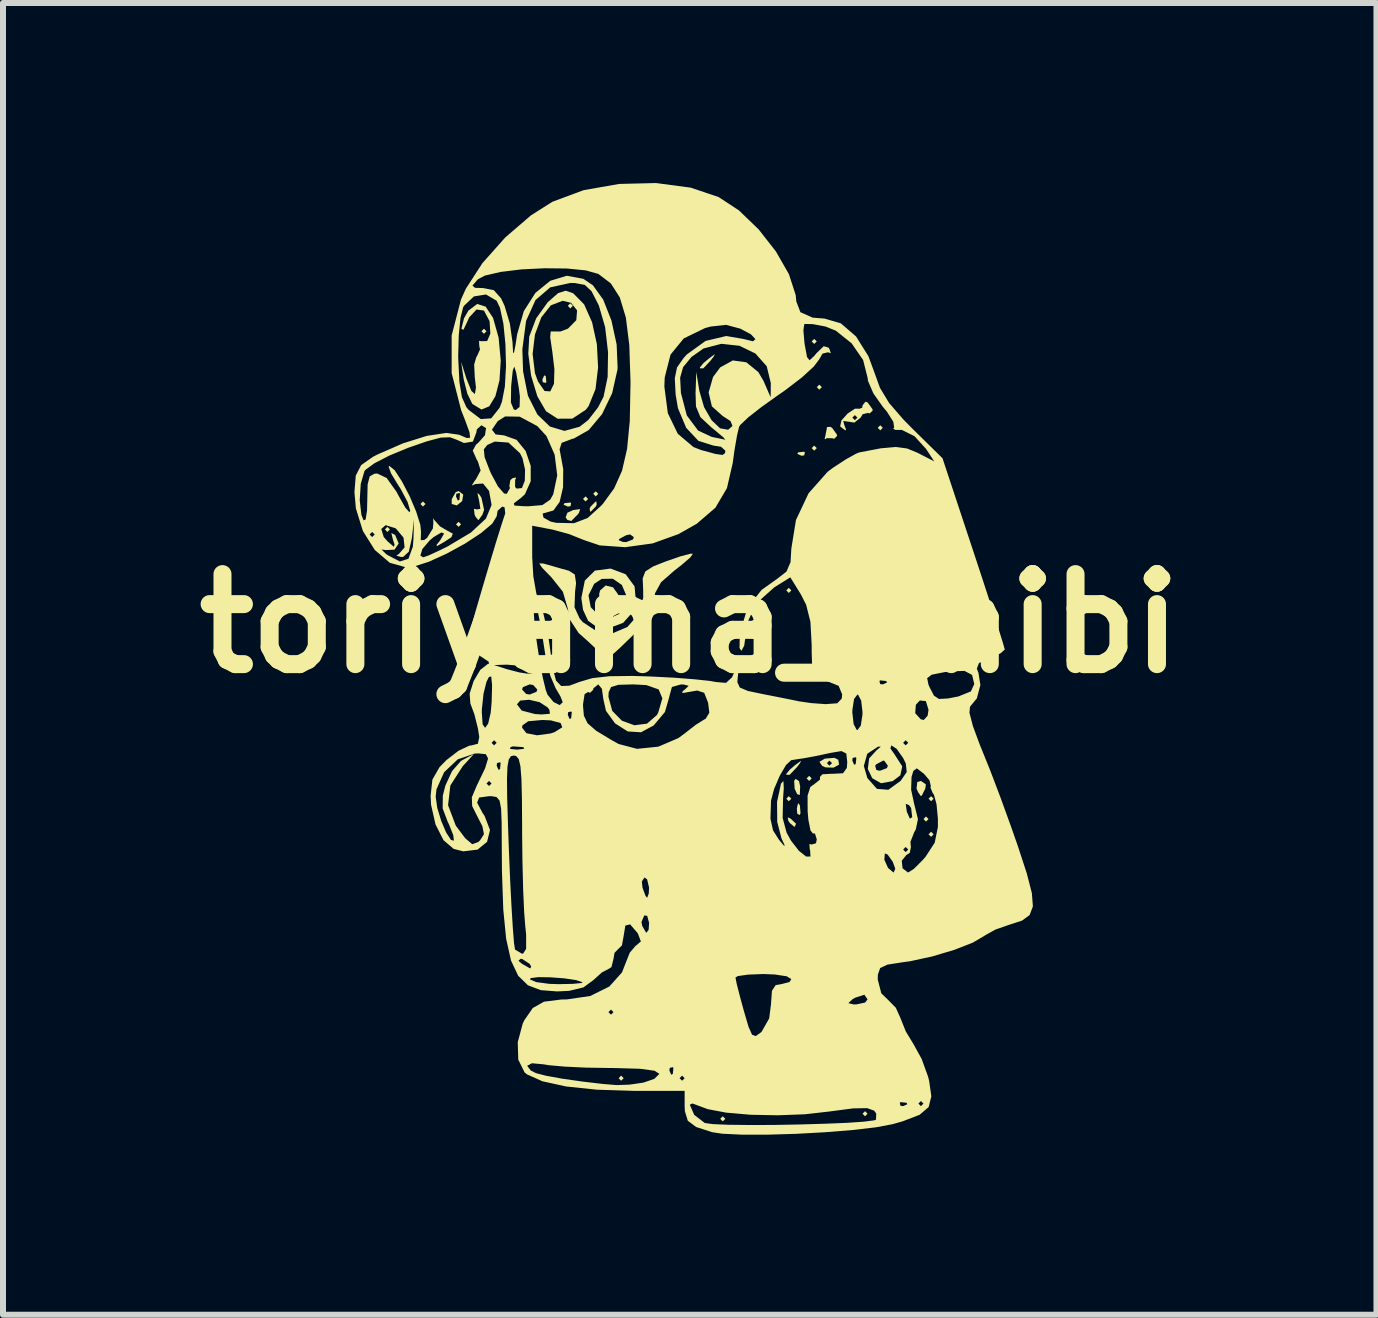
<source format=kicad_pcb>
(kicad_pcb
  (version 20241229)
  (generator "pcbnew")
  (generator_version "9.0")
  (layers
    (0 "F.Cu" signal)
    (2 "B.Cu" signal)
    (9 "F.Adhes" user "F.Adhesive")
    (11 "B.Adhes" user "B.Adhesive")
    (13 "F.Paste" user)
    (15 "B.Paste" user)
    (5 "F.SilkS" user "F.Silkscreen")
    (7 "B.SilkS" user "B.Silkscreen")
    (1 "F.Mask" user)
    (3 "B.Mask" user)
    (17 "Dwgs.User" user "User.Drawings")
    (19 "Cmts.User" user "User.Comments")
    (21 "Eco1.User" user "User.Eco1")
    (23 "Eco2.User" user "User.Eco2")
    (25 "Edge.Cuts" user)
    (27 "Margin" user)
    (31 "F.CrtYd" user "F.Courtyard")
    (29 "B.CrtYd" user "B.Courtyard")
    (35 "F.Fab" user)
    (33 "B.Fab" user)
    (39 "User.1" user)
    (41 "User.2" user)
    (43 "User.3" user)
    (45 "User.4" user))
  (footprint "toriyama_chibi"
    (layer "F.Cu")
    (at 8.443 7.338)
    (property "Reference" "toriyama_chibi" (at 0 0 0) (layer "F.SilkS") (effects (font (size 1.5 1.5) (thickness 0.3))))
    (attr board_only exclude_from_pos_files exclude_from_bom)
    (fp_poly (pts (xy -4.995 -1.566) (xy -5.038 -1.524) (xy -5.08 -1.566) (xy -5.038 -1.609)) (stroke (width 0) (type solid)) (fill yes) (layer "F.SilkS"))
    (fp_poly (pts (xy -4.403 -1.99) (xy -4.445 -1.947) (xy -4.487 -1.99) (xy -4.445 -2.032)) (stroke (width 0) (type solid)) (fill yes) (layer "F.SilkS"))
    (fp_poly (pts (xy -3.81 -1.651) (xy -3.852 -1.609) (xy -3.895 -1.651) (xy -3.852 -1.693)) (stroke (width 0) (type solid)) (fill yes) (layer "F.SilkS"))
    (fp_poly (pts (xy -3.387 -4.868) (xy -3.429 -4.826) (xy -3.471 -4.868) (xy -3.429 -4.911)) (stroke (width 0) (type solid)) (fill yes) (layer "F.SilkS"))
    (fp_poly (pts (xy -1.947 -5.292) (xy -1.99 -5.249) (xy -2.032 -5.292) (xy -1.99 -5.334)) (stroke (width 0) (type solid)) (fill yes) (layer "F.SilkS"))
    (fp_poly (pts (xy -1.693 -2.074) (xy -1.736 -2.032) (xy -1.778 -2.074) (xy -1.736 -2.117)) (stroke (width 0) (type solid)) (fill yes) (layer "F.SilkS"))
    (fp_poly (pts (xy -1.524 -2.159) (xy -1.566 -2.117) (xy -1.609 -2.159) (xy -1.566 -2.201)) (stroke (width 0) (type solid)) (fill yes) (layer "F.SilkS"))
    (fp_poly (pts (xy -1.101 7.578) (xy -1.143 7.62) (xy -1.185 7.578) (xy -1.143 7.535)) (stroke (width 0) (type solid)) (fill yes) (layer "F.SilkS"))
    (fp_poly (pts (xy 0.593 8.255) (xy 0.55 8.297) (xy 0.508 8.255) (xy 0.55 8.213)) (stroke (width 0) (type solid)) (fill yes) (layer "F.SilkS"))
    (fp_poly (pts (xy 1.693 -0.55) (xy 1.651 -0.508) (xy 1.609 -0.55) (xy 1.651 -0.593)) (stroke (width 0) (type solid)) (fill yes) (layer "F.SilkS"))
    (fp_poly (pts (xy 1.693 2.921) (xy 1.651 2.963) (xy 1.609 2.921) (xy 1.651 2.879)) (stroke (width 0) (type solid)) (fill yes) (layer "F.SilkS"))
    (fp_poly (pts (xy 2.032 2.582) (xy 1.99 2.625) (xy 1.947 2.582) (xy 1.99 2.54)) (stroke (width 0) (type solid)) (fill yes) (layer "F.SilkS"))
    (fp_poly (pts (xy 2.117 -4.699) (xy 2.074 -4.657) (xy 2.032 -4.699) (xy 2.074 -4.741)) (stroke (width 0) (type solid)) (fill yes) (layer "F.SilkS"))
    (fp_poly (pts (xy 2.117 -2.921) (xy 2.074 -2.879) (xy 2.032 -2.921) (xy 2.074 -2.963)) (stroke (width 0) (type solid)) (fill yes) (layer "F.SilkS"))
    (fp_poly (pts (xy 2.201 -3.937) (xy 2.159 -3.895) (xy 2.117 -3.937) (xy 2.159 -3.979)) (stroke (width 0) (type solid)) (fill yes) (layer "F.SilkS"))
    (fp_poly (pts (xy 2.963 8.17) (xy 2.921 8.213) (xy 2.879 8.17) (xy 2.921 8.128)) (stroke (width 0) (type solid)) (fill yes) (layer "F.SilkS"))
    (fp_poly (pts (xy 3.217 -3.26) (xy 3.175 -3.217) (xy 3.133 -3.26) (xy 3.175 -3.302)) (stroke (width 0) (type solid)) (fill yes) (layer "F.SilkS"))
    (fp_poly (pts (xy 3.979 3.26) (xy 3.937 3.302) (xy 3.895 3.26) (xy 3.937 3.217)) (stroke (width 0) (type solid)) (fill yes) (layer "F.SilkS"))
    (fp_poly (pts (xy 4.064 2.921) (xy 4.022 2.963) (xy 3.979 2.921) (xy 4.022 2.879)) (stroke (width 0) (type solid)) (fill yes) (layer "F.SilkS"))
    (fp_poly (pts (xy 4.064 3.514) (xy 4.022 3.556) (xy 3.979 3.514) (xy 4.022 3.471)) (stroke (width 0) (type solid)) (fill yes) (layer "F.SilkS"))
    (fp_poly (pts (xy -2.399 -4.12) (xy -2.389 -4.02) (xy -2.399 -4.008) (xy -2.449 -4.019) (xy -2.455 -4.064) (xy -2.424 -4.134)) (stroke (width 0) (type solid)) (fill yes) (layer "F.SilkS"))
    (fp_poly (pts (xy -1.976 -2.004) (xy -1.987 -1.953) (xy -2.032 -1.947) (xy -2.102 -1.978) (xy -2.088 -2.004) (xy -1.988 -2.014)) (stroke (width 0) (type solid)) (fill yes) (layer "F.SilkS"))
    (fp_poly (pts (xy 1.836 3.032) (xy 1.846 3.164) (xy 1.829 3.194) (xy 1.791 3.169) (xy 1.785 3.083) (xy 1.805 2.993)) (stroke (width 0) (type solid)) (fill yes) (layer "F.SilkS"))
    (fp_poly (pts (xy 1.919 -2.85) (xy 1.907 -2.8) (xy 1.863 -2.794) (xy 1.793 -2.825) (xy 1.806 -2.85) (xy 1.907 -2.861)) (stroke (width 0) (type solid)) (fill yes) (layer "F.SilkS"))
    (fp_poly (pts (xy 1.68 3.252) (xy 1.771 3.337) (xy 1.752 3.386) (xy 1.741 3.387) (xy 1.669 3.327) (xy 1.643 3.289) (xy 1.633 3.231)) (stroke (width 0) (type solid)) (fill yes) (layer "F.SilkS"))
    (fp_poly (pts (xy 1.821 2.627) (xy 1.84 2.715) (xy 1.834 2.86) (xy 1.79 2.844) (xy 1.748 2.754) (xy 1.74 2.624) (xy 1.764 2.591)) (stroke (width 0) (type solid)) (fill yes) (layer "F.SilkS"))
    (fp_poly (pts (xy -1.847 -1.84) (xy -1.868 -1.814) (xy -1.974 -1.707) (xy -2.039 -1.725) (xy -2.068 -1.768) (xy -2.038 -1.845) (xy -1.942 -1.889) (xy -1.825 -1.905)) (stroke (width 0) (type solid)) (fill yes) (layer "F.SilkS"))
    (fp_poly (pts (xy -1.551 -1.977) (xy -1.566 -1.947) (xy -1.646 -1.866) (xy -1.661 -1.863) (xy -1.667 -1.917) (xy -1.651 -1.947) (xy -1.571 -2.028) (xy -1.556 -2.032)) (stroke (width 0) (type solid)) (fill yes) (layer "F.SilkS"))
    (fp_poly (pts (xy 0.397 -4.443) (xy 0.349 -4.381) (xy 0.226 -4.25) (xy 0.171 -4.25) (xy 0.169 -4.265) (xy 0.227 -4.336) (xy 0.318 -4.413) (xy 0.418 -4.487)) (stroke (width 0) (type solid)) (fill yes) (layer "F.SilkS"))
    (fp_poly (pts (xy 1.836 2.33) (xy 1.789 2.392) (xy 1.665 2.523) (xy 1.61 2.523) (xy 1.609 2.508) (xy 1.667 2.437) (xy 1.757 2.36) (xy 1.857 2.287)) (stroke (width 0) (type solid)) (fill yes) (layer "F.SilkS"))
    (fp_poly (pts (xy 3.935 2.682) (xy 3.925 2.752) (xy 3.87 2.863) (xy 3.852 2.879) (xy 3.806 2.813) (xy 3.779 2.752) (xy 3.792 2.642) (xy 3.852 2.625)) (stroke (width 0) (type solid)) (fill yes) (layer "F.SilkS"))
    (fp_poly (pts (xy -1.278 -0.601) (xy -1.194 -0.484) (xy -1.185 -0.423) (xy -1.239 -0.281) (xy -1.354 -0.214) (xy -1.466 -0.251) (xy -1.494 -0.298) (xy -1.509 -0.488) (xy -1.494 -0.549) (xy -1.401 -0.632)) (stroke (width 0) (type solid)) (fill yes) (layer "F.SilkS"))
    (fp_poly (pts (xy -3.508 -2.151) (xy -3.471 -2.095) (xy -3.426 -1.893) (xy -3.455 -1.811) (xy -3.522 -1.719) (xy -3.572 -1.782) (xy -3.585 -1.815) (xy -3.596 -1.911) (xy -3.546 -1.899) (xy -3.489 -1.91) (xy -3.509 -2.043) (xy -3.538 -2.172)) (stroke (width 0) (type solid)) (fill yes) (layer "F.SilkS"))
    (fp_poly (pts (xy 2.371 -3.26) (xy 2.452 -3.148) (xy 2.455 -3.123) (xy 2.404 -3.075) (xy 2.378 -3.086) (xy 2.278 -3.086) (xy 2.265 -3.07) (xy 2.248 -3.073) (xy 2.258 -3.118) (xy 2.284 -3.249) (xy 2.286 -3.272) (xy 2.341 -3.276)) (stroke (width 0) (type solid)) (fill yes) (layer "F.SilkS"))
    (fp_poly (pts (xy 2.475 2.272) (xy 2.489 2.353) (xy 2.397 2.403) (xy 2.262 2.399) (xy 2.208 2.375) (xy 2.175 2.328) (xy 2.286 2.328) (xy 2.328 2.371) (xy 2.371 2.328) (xy 2.328 2.286) (xy 2.286 2.328) (xy 2.175 2.328) (xy 2.161 2.307) (xy 2.251 2.253) (xy 2.412 2.24)) (stroke (width 0) (type solid)) (fill yes) (layer "F.SilkS"))
    (fp_poly (pts (xy -3.774 -2.147) (xy -3.792 -2.038) (xy -3.882 -1.966) (xy -3.966 -1.99) (xy -3.966 -2.069) (xy -3.94 -2.117) (xy -3.895 -2.117) (xy -3.864 -2.047) (xy -3.838 -2.06) (xy -3.828 -2.161) (xy -3.838 -2.173) (xy -3.889 -2.161) (xy -3.895 -2.117) (xy -3.94 -2.117) (xy -3.899 -2.188) (xy -3.852 -2.206)) (stroke (width 0) (type solid)) (fill yes) (layer "F.SilkS"))
    (fp_poly (pts (xy -1.067 -0.819) (xy -0.919 -0.617) (xy -0.896 -0.353) (xy -0.948 -0.191) (xy -1.109 -0.01) (xy -1.335 0.075) (xy -1.562 0.051) (xy -1.693 -0.043) (xy -1.778 -0.227) (xy -1.806 -0.423) (xy -1.797 -0.469) (xy -1.687 -0.469) (xy -1.65 -0.271) (xy -1.507 -0.125) (xy -1.341 -0.085) (xy -1.185 -0.153) (xy -1.101 -0.254) (xy -1.057 -0.466) (xy -1.131 -0.641) (xy -1.282 -0.745) (xy -1.467 -0.742) (xy -1.592 -0.66) (xy -1.687 -0.469) (xy -1.797 -0.469) (xy -1.748 -0.714) (xy -1.58 -0.88) (xy -1.32 -0.914)) (stroke (width 0) (type solid)) (fill yes) (layer "F.SilkS"))
    (fp_poly (pts (xy 2.963 -3.683) (xy 3.045 -3.571) (xy 3.048 -3.546) (xy 2.997 -3.498) (xy 2.972 -3.508) (xy 2.882 -3.486) (xy 2.848 -3.43) (xy 2.743 -3.346) (xy 2.656 -3.36) (xy 2.558 -3.374) (xy 2.573 -3.316) (xy 2.605 -3.227) (xy 2.592 -3.217) (xy 2.514 -3.276) (xy 2.507 -3.287) (xy 2.528 -3.382) (xy 2.57 -3.429) (xy 2.709 -3.429) (xy 2.752 -3.387) (xy 2.794 -3.429) (xy 2.752 -3.471) (xy 2.709 -3.429) (xy 2.57 -3.429) (xy 2.632 -3.498) (xy 2.755 -3.579) (xy 2.829 -3.577) (xy 2.874 -3.594) (xy 2.879 -3.632) (xy 2.928 -3.695)) (stroke (width 0) (type solid)) (fill yes) (layer "F.SilkS"))
    (fp_poly (pts (xy -3.4 -5.278) (xy -3.277 -5.09) (xy -3.187 -4.771) (xy -3.184 -4.754) (xy -3.149 -4.38) (xy -3.17 -4.05) (xy -3.238 -3.787) (xy -3.341 -3.617) (xy -3.471 -3.564) (xy -3.617 -3.654) (xy -3.627 -3.666) (xy -3.706 -3.829) (xy -3.765 -4.061) (xy -3.767 -4.072) (xy -3.809 -4.36) (xy -3.723 -4.085) (xy -3.638 -3.873) (xy -3.58 -3.822) (xy -3.562 -3.931) (xy -3.582 -4.105) (xy -3.592 -4.315) (xy -3.554 -4.444) (xy -3.545 -4.452) (xy -3.495 -4.564) (xy -3.507 -4.627) (xy -3.51 -4.709) (xy -3.476 -4.702) (xy -3.376 -4.705) (xy -3.322 -4.829) (xy -3.335 -5.03) (xy -3.338 -5.042) (xy -3.429 -5.213) (xy -3.553 -5.231) (xy -3.675 -5.099) (xy -3.712 -5.016) (xy -3.771 -4.893) (xy -3.803 -4.907) (xy -3.803 -4.916) (xy -3.761 -5.085) (xy -3.688 -5.212) (xy -3.542 -5.323)) (stroke (width 0) (type solid)) (fill yes) (layer "F.SilkS"))
    (fp_poly (pts (xy -1.942 -5.501) (xy -1.76 -5.317) (xy -1.627 -5.018) (xy -1.547 -4.651) (xy -1.527 -4.264) (xy -1.57 -3.905) (xy -1.684 -3.623) (xy -1.731 -3.561) (xy -1.957 -3.412) (xy -2.202 -3.411) (xy -2.395 -3.536) (xy -2.539 -3.784) (xy -2.643 -4.128) (xy -2.69 -4.491) (xy -2.618 -4.491) (xy -2.579 -4.17) (xy -2.529 -4.032) (xy -2.42 -3.873) (xy -2.324 -3.866) (xy -2.262 -3.993) (xy -2.255 -4.238) (xy -2.258 -4.26) (xy -2.289 -4.521) (xy -2.319 -4.728) (xy -2.325 -4.763) (xy -2.317 -4.864) (xy -2.28 -4.865) (xy -2.155 -4.864) (xy -2.029 -4.912) (xy -1.89 -5.053) (xy -1.877 -5.216) (xy -1.977 -5.342) (xy -2.117 -5.376) (xy -2.315 -5.3) (xy -2.474 -5.098) (xy -2.579 -4.815) (xy -2.618 -4.491) (xy -2.69 -4.491) (xy -2.69 -4.496) (xy -2.674 -4.779) (xy -2.559 -5.083) (xy -2.367 -5.351) (xy -2.193 -5.504) (xy -2.066 -5.544)) (stroke (width 0) (type solid)) (fill yes) (layer "F.SilkS"))
    (fp_poly (pts (xy 0.009 -1.099) (xy -0.137 -0.973) (xy -0.253 -0.883) (xy -0.478 -0.686) (xy -0.578 -0.503) (xy -0.591 -0.393) (xy -0.645 -0.184) (xy -0.816 0.059) (xy -0.97 0.221) (xy -1.169 0.413) (xy -1.315 0.545) (xy -1.372 0.586) (xy -1.445 0.529) (xy -1.535 0.448) (xy -1.706 0.289) (xy -1.852 0.159) (xy -1.999 -0.066) (xy -2.032 -0.247) (xy -2.114 -0.528) (xy -2.304 -0.767) (xy -2.462 -0.93) (xy -2.507 -1) (xy -2.444 -0.999) (xy -2.367 -0.978) (xy -2.144 -0.914) (xy -2.011 -0.877) (xy -1.915 -0.814) (xy -1.894 -0.67) (xy -1.911 -0.523) (xy -1.92 -0.269) (xy -1.834 -0.082) (xy -1.781 -0.021) (xy -1.537 0.14) (xy -1.277 0.161) (xy -1.039 0.059) (xy -0.859 -0.144) (xy -0.775 -0.429) (xy -0.776 -0.56) (xy -0.784 -0.751) (xy -0.74 -0.866) (xy -0.607 -0.951) (xy -0.391 -1.036) (xy -0.153 -1.118) (xy 0.01 -1.161) (xy 0.052 -1.161)) (stroke (width 0) (type solid)) (fill yes) (layer "F.SilkS"))
    (fp_poly (pts (xy 0.017 -7.261) (xy 0.482 -7.104) (xy 0.82 -6.882) (xy 1.148 -6.566) (xy 1.436 -6.198) (xy 1.653 -5.819) (xy 1.766 -5.471) (xy 1.776 -5.364) (xy 1.844 -5.186) (xy 2.048 -5.095) (xy 2.244 -5.08) (xy 2.518 -5) (xy 2.772 -4.781) (xy 2.977 -4.453) (xy 3.068 -4.207) (xy 3.17 -3.925) (xy 3.322 -3.673) (xy 3.56 -3.398) (xy 3.705 -3.251) (xy 4.212 -2.752) (xy 4.731 -1.185) (xy 4.891 -0.699) (xy 5.031 -0.268) (xy 5.143 0.081) (xy 5.218 0.323) (xy 5.249 0.433) (xy 5.249 0.436) (xy 5.178 0.499) (xy 5.006 0.576) (xy 4.991 0.582) (xy 4.819 0.661) (xy 4.784 0.754) (xy 4.811 0.823) (xy 4.843 1.026) (xy 4.784 1.249) (xy 4.67 1.388) (xy 4.661 1.488) (xy 4.718 1.709) (xy 4.834 2.023) (xy 4.864 2.096) (xy 5.01 2.458) (xy 5.183 2.914) (xy 5.358 3.397) (xy 5.467 3.709) (xy 5.617 4.167) (xy 5.701 4.494) (xy 5.718 4.716) (xy 5.663 4.86) (xy 5.535 4.953) (xy 5.33 5.019) (xy 5.327 5.02) (xy 5.092 5.102) (xy 4.917 5.2) (xy 4.911 5.205) (xy 4.715 5.32) (xy 4.407 5.44) (xy 4.041 5.549) (xy 3.672 5.629) (xy 3.535 5.648) (xy 3.292 5.686) (xy 3.173 5.743) (xy 3.135 5.852) (xy 3.133 5.935) (xy 3.192 6.163) (xy 3.292 6.26) (xy 3.434 6.404) (xy 3.508 6.568) (xy 3.6 6.798) (xy 3.735 7.022) (xy 3.865 7.258) (xy 3.971 7.551) (xy 3.989 7.621) (xy 4.026 7.88) (xy 3.981 8.059) (xy 3.83 8.188) (xy 3.547 8.297) (xy 3.38 8.344) (xy 3.106 8.396) (xy 2.719 8.441) (xy 2.261 8.478) (xy 1.773 8.505) (xy 1.296 8.519) (xy 0.872 8.519) (xy 0.541 8.503) (xy 0.374 8.478) (xy 0.106 8.391) (xy -0.032 8.287) (xy -0.081 8.128) (xy -0.085 8.038) (xy -0.085 8.019) (xy 0.001 8.019) (xy 0.075 8.189) (xy 0.246 8.321) (xy 0.254 8.325) (xy 0.384 8.343) (xy 0.641 8.354) (xy 0.992 8.358) (xy 1.399 8.357) (xy 1.83 8.349) (xy 2.248 8.337) (xy 2.618 8.322) (xy 2.906 8.302) (xy 3.075 8.28) (xy 3.104 8.269) (xy 3.108 8.168) (xy 3.073 8.119) (xy 2.957 8.077) (xy 2.722 8.081) (xy 2.347 8.13) (xy 2.336 8.132) (xy 1.921 8.179) (xy 1.464 8.196) (xy 1.011 8.187) (xy 0.608 8.152) (xy 0.3 8.094) (xy 0.18 8.049) (xy 0.045 7.999) (xy 0.001 8.019) (xy -0.085 8.019) (xy -0.085 7.987) (xy 3.5 7.987) (xy 3.511 8.037) (xy 3.556 8.043) (xy 3.626 8.012) (xy 3.62 8.001) (xy 3.81 8.001) (xy 3.852 8.043) (xy 3.895 8.001) (xy 3.852 7.959) (xy 3.81 8.001) (xy 3.62 8.001) (xy 3.612 7.987) (xy 3.512 7.977) (xy 3.5 7.987) (xy -0.085 7.987) (xy -0.085 7.789) (xy -0.927 7.789) (xy -1.543 7.77) (xy -2.059 7.716) (xy -2.456 7.629) (xy -2.712 7.514) (xy -2.753 7.48) (xy -2.806 7.372) (xy -2.709 7.372) (xy -2.649 7.45) (xy -2.561 7.494) (xy -2.4 7.536) (xy -2.125 7.586) (xy -1.789 7.634) (xy -1.447 7.674) (xy -1.217 7.693) (xy -1.002 7.685) (xy -0.773 7.652) (xy -0.59 7.589) (xy -0.579 7.578) (xy -0.169 7.578) (xy -0.127 7.62) (xy -0.085 7.578) (xy -0.127 7.535) (xy -0.169 7.578) (xy -0.579 7.578) (xy -0.508 7.508) (xy -0.508 7.504) (xy -0.588 7.453) (xy -0.606 7.451) (xy -0.339 7.451) (xy -0.308 7.52) (xy -0.282 7.507) (xy -0.272 7.407) (xy -0.282 7.394) (xy -0.333 7.406) (xy -0.339 7.451) (xy -0.606 7.451) (xy -0.831 7.421) (xy -1.24 7.409) (xy -1.333 7.408) (xy -1.725 7.402) (xy -2.082 7.385) (xy -2.351 7.361) (xy -2.434 7.347) (xy -2.63 7.329) (xy -2.709 7.372) (xy -2.806 7.372) (xy -2.857 7.269) (xy -2.866 6.978) (xy -2.783 6.669) (xy -2.755 6.61) (xy -2.662 6.477) (xy -1.355 6.477) (xy -1.312 6.519) (xy -1.27 6.477) (xy -1.312 6.435) (xy -1.355 6.477) (xy -2.662 6.477) (xy -2.616 6.409) (xy -2.428 6.303) (xy -2.141 6.267) (xy -2.046 6.265) (xy -1.657 6.208) (xy -1.339 6.05) (xy -1.205 5.9) (xy 0.762 5.9) (xy 0.783 6.007) (xy 0.839 6.225) (xy 0.901 6.453) (xy 0.98 6.722) (xy 1.039 6.854) (xy 1.1 6.876) (xy 1.186 6.815) (xy 1.197 6.805) (xy 1.324 6.582) (xy 1.355 6.337) (xy 1.355 6.327) (xy 2.643 6.327) (xy 2.727 6.348) (xy 2.773 6.349) (xy 2.921 6.318) (xy 2.963 6.265) (xy 2.91 6.187) (xy 2.756 6.237) (xy 2.709 6.265) (xy 2.643 6.327) (xy 1.355 6.327) (xy 1.37 6.121) (xy 1.432 6.027) (xy 1.524 6.011) (xy 1.662 5.976) (xy 1.693 5.927) (xy 1.617 5.88) (xy 1.419 5.85) (xy 1.228 5.842) (xy 0.973 5.852) (xy 0.803 5.876) (xy 0.762 5.9) (xy -1.205 5.9) (xy -1.129 5.816) (xy -1.08 5.69) (xy -0.999 5.486) (xy -0.898 5.368) (xy -0.89 5.365) (xy -0.814 5.299) (xy -0.862 5.172) (xy -0.871 5.157) (xy -0.993 5.015) (xy -1.073 5.034) (xy -1.101 5.207) (xy -1.13 5.366) (xy -1.185 5.419) (xy -1.254 5.49) (xy -1.27 5.588) (xy -1.304 5.726) (xy -1.351 5.757) (xy -1.462 5.814) (xy -1.604 5.942) (xy -1.771 6.065) (xy -2.008 6.122) (xy -2.208 6.132) (xy -2.481 6.111) (xy -2.696 6.03) (xy -2.798 5.93) (xy -2.665 5.93) (xy -2.558 5.977) (xy -2.34 6.006) (xy -2.182 6.011) (xy -1.946 6.006) (xy -1.804 5.992) (xy -1.785 5.981) (xy -1.894 5.943) (xy -2.091 5.914) (xy -2.319 5.897) (xy -2.524 5.894) (xy -2.65 5.91) (xy -2.665 5.93) (xy -2.798 5.93) (xy -2.859 5.871) (xy -2.976 5.622) (xy -2.854 5.622) (xy -2.794 5.673) (xy -2.659 5.749) (xy -2.641 5.72) (xy -2.667 5.673) (xy -2.791 5.592) (xy -2.82 5.589) (xy -2.854 5.622) (xy -2.976 5.622) (xy -2.978 5.618) (xy -3.059 5.255) (xy -3.107 4.766) (xy -3.129 4.133) (xy -3.132 3.704) (xy -3.134 3.326) (xy -3.143 3.085) (xy -3.169 2.952) (xy -3.219 2.893) (xy -3.301 2.879) (xy -3.344 2.879) (xy -3.509 2.901) (xy -3.543 2.986) (xy -3.451 3.16) (xy -3.419 3.206) (xy -3.328 3.442) (xy -3.377 3.64) (xy -3.535 3.769) (xy -3.774 3.798) (xy -3.933 3.757) (xy -4.103 3.612) (xy -4.236 3.35) (xy -4.31 3.022) (xy -4.317 2.888) (xy -4.233 2.888) (xy -4.207 3.074) (xy -4.141 3.291) (xy -4.058 3.486) (xy -3.978 3.608) (xy -3.93 3.62) (xy -3.94 3.529) (xy -4.011 3.349) (xy -4.032 3.307) (xy -4.117 3.082) (xy -4.114 2.869) (xy -4.072 2.702) (xy -3.96 2.46) (xy -3.812 2.292) (xy -3.786 2.276) (xy -3.598 2.178) (xy -3.783 2.38) (xy -3.989 2.701) (xy -4.027 3.029) (xy -3.898 3.37) (xy -3.741 3.58) (xy -3.624 3.679) (xy -3.524 3.643) (xy -3.494 3.615) (xy -3.429 3.512) (xy -3.455 3.379) (xy -3.53 3.234) (xy -3.625 3.044) (xy -3.631 2.898) (xy -3.549 2.704) (xy -3.543 2.691) (xy -3.531 2.667) (xy -3.387 2.667) (xy -3.344 2.709) (xy -3.302 2.667) (xy -3.344 2.625) (xy -3.387 2.667) (xy -3.531 2.667) (xy -3.494 2.589) (xy -3.045 2.589) (xy -3.042 2.899) (xy -3.029 3.339) (xy -3.013 3.784) (xy -2.992 4.287) (xy -2.969 4.731) (xy -2.947 5.089) (xy -2.927 5.333) (xy -2.911 5.435) (xy -2.911 5.435) (xy -2.798 5.502) (xy -2.777 5.503) (xy -2.726 5.423) (xy -2.726 5.183) (xy -2.739 5.059) (xy -2.746 4.976) (xy -0.804 4.976) (xy -0.792 5.04) (xy -0.725 5.156) (xy -0.685 5.106) (xy -0.677 4.99) (xy -0.709 4.872) (xy -0.758 4.866) (xy -0.804 4.976) (xy -2.746 4.976) (xy -2.759 4.807) (xy -2.776 4.433) (xy -2.779 4.301) (xy -0.798 4.301) (xy -0.787 4.403) (xy -0.737 4.539) (xy -0.71 4.572) (xy -0.683 4.501) (xy -0.677 4.403) (xy -0.71 4.265) (xy -0.754 4.233) (xy -0.798 4.301) (xy -2.779 4.301) (xy -2.787 3.984) (xy -2.788 3.938) (xy 3.243 3.938) (xy 3.304 4.074) (xy 3.392 4.148) (xy 3.399 4.149) (xy 3.425 4.087) (xy 3.383 3.972) (xy 3.37 3.954) (xy 3.533 3.954) (xy 3.546 4.081) (xy 3.636 4.149) (xy 3.642 4.149) (xy 3.735 4.09) (xy 3.883 3.942) (xy 3.93 3.888) (xy 4.082 3.654) (xy 4.135 3.394) (xy 4.135 3.249) (xy 4.112 3.011) (xy 4.069 2.854) (xy 4.049 2.827) (xy 4.01 2.732) (xy 4.018 2.715) (xy 3.995 2.614) (xy 3.903 2.506) (xy 3.784 2.415) (xy 3.726 2.458) (xy 3.696 2.558) (xy 3.689 2.772) (xy 3.743 3.021) (xy 3.746 3.03) (xy 3.803 3.262) (xy 3.767 3.432) (xy 3.741 3.478) (xy 3.677 3.641) (xy 3.685 3.729) (xy 3.666 3.824) (xy 3.609 3.86) (xy 3.533 3.954) (xy 3.37 3.954) (xy 3.297 3.851) (xy 3.251 3.833) (xy 3.243 3.938) (xy -2.788 3.938) (xy -2.793 3.504) (xy -2.793 3.408) (xy -2.794 3.254) (xy 1.345 3.254) (xy 1.388 3.449) (xy 1.486 3.603) (xy 1.578 3.713) (xy 1.577 3.685) (xy 1.529 3.583) (xy 1.458 3.307) (xy 1.455 2.973) (xy 1.519 2.678) (xy 1.523 2.667) (xy 1.561 2.626) (xy 1.567 2.748) (xy 1.555 2.921) (xy 1.548 3.241) (xy 1.614 3.486) (xy 1.687 3.619) (xy 1.82 3.79) (xy 1.939 3.884) (xy 2.012 3.885) (xy 2.006 3.779) (xy 2.001 3.768) (xy 3.556 3.768) (xy 3.598 3.81) (xy 3.641 3.768) (xy 3.598 3.725) (xy 3.556 3.768) (xy 2.001 3.768) (xy 2 3.763) (xy 1.994 3.676) (xy 2.033 3.684) (xy 2.104 3.663) (xy 2.117 3.598) (xy 2.086 3.5) (xy 2.053 3.501) (xy 2.012 3.449) (xy 1.977 3.273) (xy 1.965 3.135) (xy 1.964 3.006) (xy 3.599 3.006) (xy 3.616 3.13) (xy 3.618 3.139) (xy 3.668 3.253) (xy 3.707 3.229) (xy 3.689 3.076) (xy 3.655 3.028) (xy 3.599 3.006) (xy 1.964 3.006) (xy 1.964 2.868) (xy 2.01 2.725) (xy 2.076 2.678) (xy 2.171 2.602) (xy 2.17 2.557) (xy 2.211 2.514) (xy 2.369 2.505) (xy 2.376 2.506) (xy 2.554 2.497) (xy 2.618 2.408) (xy 2.62 2.375) (xy 2.901 2.375) (xy 2.96 2.577) (xy 3.12 2.757) (xy 3.31 2.772) (xy 3.514 2.624) (xy 3.616 2.476) (xy 3.6 2.333) (xy 3.556 2.243) (xy 3.447 2.089) (xy 3.359 2.032) (xy 3.344 2.083) (xy 3.416 2.187) (xy 3.541 2.382) (xy 3.509 2.532) (xy 3.381 2.628) (xy 3.188 2.663) (xy 3.041 2.579) (xy 2.967 2.425) (xy 2.974 2.371) (xy 3.09 2.371) (xy 3.11 2.443) (xy 3.17 2.455) (xy 3.286 2.411) (xy 3.302 2.371) (xy 3.241 2.288) (xy 3.222 2.286) (xy 3.108 2.348) (xy 3.09 2.371) (xy 2.974 2.371) (xy 2.99 2.249) (xy 3.111 2.116) (xy 3.184 2.054) (xy 3.139 2.053) (xy 2.958 2.172) (xy 2.901 2.375) (xy 2.62 2.375) (xy 2.625 2.309) (xy 2.622 2.286) (xy 2.709 2.286) (xy 2.74 2.356) (xy 2.766 2.342) (xy 2.776 2.242) (xy 2.766 2.23) (xy 2.715 2.241) (xy 2.709 2.286) (xy 2.622 2.286) (xy 2.609 2.168) (xy 2.528 2.127) (xy 2.349 2.157) (xy 2.102 2.21) (xy 1.905 2.246) (xy 1.745 2.27) (xy 1.69 2.279) (xy 1.604 2.36) (xy 1.499 2.54) (xy 1.406 2.758) (xy 1.355 2.95) (xy 1.354 2.963) (xy 1.345 3.254) (xy -2.794 3.254) (xy -2.796 2.93) (xy -2.804 2.596) (xy -2.821 2.381) (xy -2.849 2.261) (xy -2.892 2.21) (xy -2.934 2.201) (xy -2.982 2.214) (xy -3.016 2.269) (xy -3.037 2.386) (xy -3.045 2.589) (xy -3.494 2.589) (xy -3.409 2.412) (xy -3.397 2.371) (xy -3.217 2.371) (xy -3.186 2.44) (xy -3.161 2.427) (xy -3.151 2.327) (xy -3.161 2.314) (xy -3.211 2.326) (xy -3.217 2.371) (xy -3.397 2.371) (xy -3.36 2.251) (xy -3.397 2.179) (xy -3.524 2.166) (xy -3.585 2.169) (xy -3.866 2.265) (xy -4.093 2.48) (xy -4.22 2.764) (xy -4.233 2.888) (xy -4.317 2.888) (xy -4.318 2.875) (xy -4.288 2.603) (xy -4.17 2.396) (xy -4.055 2.278) (xy -3.854 2.123) (xy -3.787 2.091) (xy -2.995 2.091) (xy -2.879 2.103) (xy -2.758 2.09) (xy -2.773 2.061) (xy -2.946 2.049) (xy -2.985 2.061) (xy -2.995 2.091) (xy -3.787 2.091) (xy -3.674 2.038) (xy -3.634 2.032) (xy -3.53 2.005) (xy -3.527 1.99) (xy -3.302 1.99) (xy -3.26 2.032) (xy -3.217 1.99) (xy -3.26 1.947) (xy -3.302 1.99) (xy -3.527 1.99) (xy -3.507 1.894) (xy -3.528 1.757) (xy -3.588 1.515) (xy -3.602 1.477) (xy -3.465 1.477) (xy -3.451 1.682) (xy -3.41 1.74) (xy -3.407 1.736) (xy -2.794 1.736) (xy -2.722 1.829) (xy -2.545 1.864) (xy -2.318 1.834) (xy -2.251 1.811) (xy -2.124 1.731) (xy -2.151 1.66) (xy -2.313 1.616) (xy -2.455 1.609) (xy -2.691 1.63) (xy -2.788 1.699) (xy -2.794 1.736) (xy -3.407 1.736) (xy -3.359 1.67) (xy -3.325 1.524) (xy -2.032 1.524) (xy -2.001 1.594) (xy -1.976 1.58) (xy -1.965 1.48) (xy -1.976 1.468) (xy -2.026 1.479) (xy -2.032 1.524) (xy -3.325 1.524) (xy -3.316 1.487) (xy -3.304 1.348) (xy -2.879 1.348) (xy -2.8 1.452) (xy -2.578 1.51) (xy -2.466 1.517) (xy -2.33 1.506) (xy -2.338 1.439) (xy -2.371 1.397) (xy -2.41 1.372) (xy -1.778 1.372) (xy -1.764 1.537) (xy -1.702 1.664) (xy -1.56 1.788) (xy -1.309 1.94) (xy -1.185 2.009) (xy -0.878 2.09) (xy -0.525 2.054) (xy -0.374 1.99) (xy 3.556 1.99) (xy 3.598 2.032) (xy 3.641 1.99) (xy 3.598 1.947) (xy 3.556 1.99) (xy -0.374 1.99) (xy -0.19 1.911) (xy -0.089 1.837) (xy 0.1 1.69) (xy 0.245 1.599) (xy 0.264 1.591) (xy 0.327 1.487) (xy 0.326 1.482) (xy 2.709 1.482) (xy 2.731 1.678) (xy 2.783 1.775) (xy 2.794 1.778) (xy 2.85 1.704) (xy 2.878 1.521) (xy 2.878 1.495) (xy 3.757 1.495) (xy 3.85 1.598) (xy 3.9 1.609) (xy 3.964 1.538) (xy 3.979 1.439) (xy 3.935 1.295) (xy 3.835 1.284) (xy 3.768 1.355) (xy 3.757 1.495) (xy 2.878 1.495) (xy 2.879 1.482) (xy 2.857 1.286) (xy 2.805 1.188) (xy 2.794 1.185) (xy 2.738 1.26) (xy 2.71 1.443) (xy 2.709 1.482) (xy 0.326 1.482) (xy 0.306 1.321) (xy 0.241 1.156) (xy 0.124 1.118) (xy 0.017 1.137) (xy -0.124 1.161) (xy -0.117 1.128) (xy -0.085 1.105) (xy -0.017 1.04) (xy -0.099 1.018) (xy -0.148 1.017) (xy -0.297 1.059) (xy -0.339 1.214) (xy -0.339 1.218) (xy -0.413 1.476) (xy -0.601 1.7) (xy -0.812 1.814) (xy -1.033 1.8) (xy -1.244 1.666) (xy -1.396 1.456) (xy -1.439 1.264) (xy -1.445 1.222) (xy -1.355 1.222) (xy -1.291 1.457) (xy -1.131 1.621) (xy -0.922 1.697) (xy -0.712 1.67) (xy -0.547 1.527) (xy -0.524 1.483) (xy -0.456 1.248) (xy -0.518 1.1) (xy -0.722 1.028) (xy -0.94 1.016) (xy -1.188 1.023) (xy -1.311 1.06) (xy -1.351 1.148) (xy -1.355 1.222) (xy -1.445 1.222) (xy -1.464 1.088) (xy -1.524 1.016) (xy -1.605 1.081) (xy -1.609 1.106) (xy -1.661 1.156) (xy -1.693 1.143) (xy -1.752 1.178) (xy -1.778 1.346) (xy -1.778 1.372) (xy -2.41 1.372) (xy -2.503 1.312) (xy -2.677 1.272) (xy -2.825 1.286) (xy -2.879 1.348) (xy -3.304 1.348) (xy -3.301 1.312) (xy -3.295 1.101) (xy -2.794 1.101) (xy -2.725 1.176) (xy -2.667 1.185) (xy -2.554 1.14) (xy -2.54 1.101) (xy -2.609 1.026) (xy -2.667 1.016) (xy -2.78 1.062) (xy -2.794 1.101) (xy -3.295 1.101) (xy -3.294 1.02) (xy -3.308 0.884) (xy -3.346 0.892) (xy -3.387 0.974) (xy -3.436 1.17) (xy -3.464 1.432) (xy -3.465 1.477) (xy -3.602 1.477) (xy -3.656 1.332) (xy -3.667 1.169) (xy -3.601 0.961) (xy -3.49 0.774) (xy -3.388 0.694) (xy -3.26 0.694) (xy -3.048 0.762) (xy -2.837 0.817) (xy -2.709 0.837) (xy -2.625 0.831) (xy -2.688 0.776) (xy -2.709 0.762) (xy -2.892 0.7) (xy -3.048 0.687) (xy -3.26 0.694) (xy -3.388 0.694) (xy -3.366 0.677) (xy -3.347 0.674) (xy -3.35 0.638) (xy -3.472 0.556) (xy -3.493 0.544) (xy -3.655 0.425) (xy -3.691 0.279) (xy -3.675 0.187) (xy -3.63 0.015) (xy -3.565 -0.215) (xy -2.601 -0.215) (xy -2.586 0.005) (xy -2.551 0.296) (xy -2.503 0.609) (xy -2.45 0.897) (xy -2.398 1.112) (xy -2.369 1.188) (xy -2.269 1.31) (xy -2.166 1.361) (xy -2.117 1.313) (xy -2.117 1.309) (xy -2.157 1.211) (xy -2.236 1.077) (xy -2.322 0.875) (xy -2.394 0.599) (xy -2.409 0.508) (xy -2.477 0.073) (xy -2.532 -0.2) (xy -2.574 -0.315) (xy -2.59 -0.317) (xy -2.601 -0.215) (xy -3.565 -0.215) (xy -3.549 -0.27) (xy -3.446 -0.623) (xy -3.334 -1) (xy -3.302 -1.106) (xy -2.625 -1.106) (xy -2.606 -0.784) (xy -2.556 -0.499) (xy -2.508 -0.356) (xy -2.434 -0.145) (xy -2.366 0.156) (xy -2.332 0.387) (xy -2.284 0.742) (xy -2.228 0.953) (xy -2.142 1.043) (xy -2.007 1.038) (xy -1.84 0.976) (xy -1.625 0.912) (xy -1.34 0.88) (xy -0.947 0.875) (xy -0.661 0.884) (xy -0.269 0.904) (xy 0.081 0.931) (xy 0.341 0.959) (xy 0.435 0.976) (xy 0.604 0.991) (xy 0.704 0.899) (xy 0.753 0.791) (xy 0.848 0.55) (xy 0.808 0.82) (xy 0.793 0.978) (xy 0.834 1.068) (xy 0.968 1.125) (xy 1.21 1.176) (xy 1.496 1.232) (xy 1.735 1.28) (xy 1.82 1.298) (xy 2.027 1.328) (xy 2.265 1.345) (xy 2.458 1.331) (xy 2.533 1.253) (xy 2.54 1.183) (xy 2.481 1.04) (xy 2.286 0.961) (xy 2.286 0.961) (xy 2.28 0.96) (xy 3.161 0.96) (xy 3.173 1.01) (xy 3.217 1.016) (xy 3.287 0.985) (xy 3.274 0.96) (xy 3.173 0.949) (xy 3.161 0.96) (xy 2.28 0.96) (xy 2.15 0.926) (xy 2.132 0.912) (xy 3.956 0.912) (xy 3.978 1.02) (xy 3.999 1.068) (xy 4.07 1.204) (xy 4.153 1.259) (xy 4.306 1.25) (xy 4.477 1.217) (xy 4.685 1.133) (xy 4.741 1.01) (xy 4.705 0.858) (xy 4.578 0.791) (xy 4.329 0.8) (xy 4.245 0.812) (xy 4.033 0.854) (xy 3.956 0.912) (xy 2.132 0.912) (xy 2.074 0.863) (xy 2.04 0.73) (xy 2.032 0.484) (xy 2.032 0.359) (xy 2.011 -0.027) (xy 1.94 -0.31) (xy 1.854 -0.48) (xy 1.676 -0.768) (xy 1.41 -0.602) (xy 1.104 -0.329) (xy 0.95 0.011) (xy 0.933 0.186) (xy 0.908 0.37) (xy 0.861 0.457) (xy 0.83 0.41) (xy 0.833 0.241) (xy 0.847 0.124) (xy 0.963 -0.261) (xy 1.197 -0.558) (xy 1.458 -0.744) (xy 1.612 -0.864) (xy 1.68 -1.022) (xy 1.693 -1.247) (xy 1.77 -1.723) (xy 1.98 -2.168) (xy 2.297 -2.526) (xy 2.385 -2.592) (xy 2.604 -2.735) (xy 2.775 -2.83) (xy 2.824 -2.849) (xy 3.185 -2.918) (xy 3.435 -2.94) (xy 3.622 -2.915) (xy 3.799 -2.842) (xy 3.802 -2.84) (xy 4.074 -2.7) (xy 3.937 -2.909) (xy 3.745 -3.12) (xy 3.535 -3.224) (xy 3.429 -3.224) (xy 3.39 -3.245) (xy 3.406 -3.265) (xy 3.393 -3.359) (xy 3.288 -3.525) (xy 3.215 -3.613) (xy 3.06 -3.833) (xy 2.971 -4.04) (xy 2.963 -4.097) (xy 2.889 -4.389) (xy 2.697 -4.668) (xy 2.434 -4.878) (xy 2.263 -4.947) (xy 2.051 -4.987) (xy 1.921 -4.99) (xy 1.908 -4.984) (xy 1.894 -4.883) (xy 1.911 -4.683) (xy 1.918 -4.635) (xy 1.955 -4.437) (xy 1.997 -4.385) (xy 2.076 -4.459) (xy 2.114 -4.505) (xy 2.233 -4.619) (xy 2.312 -4.596) (xy 2.328 -4.573) (xy 2.351 -4.501) (xy 2.305 -4.518) (xy 2.212 -4.496) (xy 2.159 -4.402) (xy 2.066 -4.279) (xy 1.867 -4.097) (xy 1.598 -3.891) (xy 1.486 -3.813) (xy 1.203 -3.612) (xy 0.976 -3.434) (xy 0.842 -3.307) (xy 0.823 -3.278) (xy 0.788 -3.132) (xy 0.745 -2.882) (xy 0.717 -2.674) (xy 0.62 -2.254) (xy 0.428 -1.928) (xy 0.116 -1.66) (xy -0.188 -1.488) (xy -0.619 -1.333) (xy -1.076 -1.27) (xy -1.499 -1.3) (xy -1.759 -1.388) (xy -1.185 -1.388) (xy -1.116 -1.358) (xy -1.058 -1.355) (xy -0.946 -1.399) (xy -0.931 -1.437) (xy -0.993 -1.483) (xy -1.058 -1.47) (xy -1.17 -1.41) (xy -1.185 -1.388) (xy -1.759 -1.388) (xy -1.764 -1.39) (xy -2.012 -1.489) (xy -2.296 -1.566) (xy -2.31 -1.568) (xy -2.625 -1.628) (xy -2.625 -1.106) (xy -3.302 -1.106) (xy -3.227 -1.355) (xy -3.137 -1.643) (xy -3.079 -1.82) (xy -3.074 -1.833) (xy -3.085 -1.934) (xy -3.124 -1.947) (xy -3.201 -1.877) (xy -3.217 -1.784) (xy -3.29 -1.663) (xy -3.479 -1.504) (xy -3.746 -1.329) (xy -4.049 -1.163) (xy -4.349 -1.027) (xy -4.605 -0.945) (xy -4.715 -0.931) (xy -4.997 -1.01) (xy -5.248 -1.224) (xy -5.41 -1.482) (xy -5.334 -1.482) (xy -5.292 -1.439) (xy -5.249 -1.482) (xy -5.292 -1.524) (xy -5.334 -1.482) (xy -5.41 -1.482) (xy -5.445 -1.538) (xy -5.457 -1.574) (xy -5.14 -1.574) (xy -5.099 -1.44) (xy -5.036 -1.368) (xy -4.93 -1.277) (xy -4.918 -1.313) (xy -4.946 -1.397) (xy -4.972 -1.507) (xy -4.917 -1.478) (xy -4.906 -1.468) (xy -4.85 -1.332) (xy -4.919 -1.229) (xy -5.067 -1.222) (xy -5.136 -1.232) (xy -5.064 -1.16) (xy -5.039 -1.141) (xy -4.83 -1.032) (xy -4.687 -1.078) (xy -4.614 -1.277) (xy -4.604 -1.398) (xy -4.594 -1.736) (xy -4.631 -1.418) (xy -4.681 -1.195) (xy -4.773 -1.11) (xy -4.81 -1.107) (xy -4.888 -1.129) (xy -4.847 -1.157) (xy -4.751 -1.267) (xy -4.769 -1.429) (xy -4.892 -1.577) (xy -4.907 -1.587) (xy -5.067 -1.637) (xy -5.14 -1.574) (xy -5.457 -1.574) (xy -5.563 -1.917) (xy -5.575 -2.053) (xy -5.499 -2.053) (xy -5.471 -1.809) (xy -5.435 -1.717) (xy -5.4 -1.733) (xy -5.377 -1.883) (xy -5.373 -2.056) (xy -5.367 -2.316) (xy -5.333 -2.449) (xy -5.257 -2.494) (xy -5.207 -2.498) (xy -5.05 -2.423) (xy -4.885 -2.192) (xy -4.847 -2.12) (xy -4.741 -1.932) (xy -4.672 -1.853) (xy -4.657 -1.875) (xy -4.702 -2.024) (xy -4.815 -2.238) (xy -4.866 -2.317) (xy -4.977 -2.5) (xy -5.017 -2.611) (xy -5.006 -2.625) (xy -4.917 -2.553) (xy -4.797 -2.369) (xy -4.669 -2.124) (xy -4.559 -1.865) (xy -4.489 -1.643) (xy -4.478 -1.528) (xy -4.482 -1.388) (xy -4.425 -1.389) (xy -4.377 -1.425) (xy -4.28 -1.582) (xy -4.272 -1.675) (xy -4.275 -1.754) (xy -4.259 -1.726) (xy -4.161 -1.617) (xy -4.058 -1.556) (xy -3.948 -1.496) (xy -3.971 -1.437) (xy -4.084 -1.362) (xy -4.213 -1.287) (xy -4.218 -1.31) (xy -4.159 -1.383) (xy -4.093 -1.497) (xy -4.137 -1.516) (xy -4.264 -1.441) (xy -4.332 -1.384) (xy -4.455 -1.24) (xy -4.488 -1.131) (xy -4.442 -1.101) (xy -4.345 -1.135) (xy -4.153 -1.224) (xy -4.039 -1.28) (xy -3.645 -1.515) (xy -3.396 -1.747) (xy -3.304 -1.968) (xy -3.303 -1.983) (xy -3.344 -2.208) (xy -3.444 -2.331) (xy -3.568 -2.323) (xy -3.633 -2.297) (xy -3.584 -2.375) (xy -3.561 -2.404) (xy -3.484 -2.548) (xy -3.53 -2.698) (xy -3.55 -2.731) (xy -3.616 -2.88) (xy -3.604 -2.901) (xy -3.431 -2.901) (xy -3.418 -2.77) (xy -3.329 -2.539) (xy -3.313 -2.502) (xy -3.196 -2.283) (xy -3.093 -2.165) (xy -3.049 -2.159) (xy -2.995 -2.256) (xy -3.006 -2.286) (xy -2.989 -2.388) (xy -2.952 -2.42) (xy -2.892 -2.432) (xy -2.909 -2.39) (xy -2.91 -2.273) (xy -2.883 -2.246) (xy -2.796 -2.256) (xy -2.748 -2.379) (xy -2.744 -2.563) (xy -2.787 -2.754) (xy -2.829 -2.837) (xy -3.021 -3.014) (xy -3.249 -3.03) (xy -3.374 -2.973) (xy -3.431 -2.901) (xy -3.604 -2.901) (xy -3.561 -2.979) (xy -3.524 -3.009) (xy -3.412 -3.136) (xy -3.398 -3.228) (xy -3.296 -3.228) (xy -3.234 -3.149) (xy -3.093 -3.133) (xy -2.885 -3.059) (xy -2.734 -2.873) (xy -2.65 -2.626) (xy -2.65 -2.368) (xy -2.746 -2.153) (xy -2.815 -2.089) (xy -2.93 -2.002) (xy -2.922 -1.964) (xy -2.771 -1.953) (xy -2.686 -1.952) (xy -2.455 -1.972) (xy -2.325 -2.062) (xy -2.274 -2.152) (xy -2.208 -2.467) (xy -2.251 -2.812) (xy -2.387 -3.122) (xy -2.54 -3.288) (xy -2.833 -3.445) (xy -3.076 -3.449) (xy -3.2 -3.37) (xy -3.296 -3.228) (xy -3.398 -3.228) (xy -3.393 -3.254) (xy -3.471 -3.302) (xy -3.547 -3.234) (xy -3.556 -3.18) (xy -3.613 -3.03) (xy -3.761 -3.006) (xy -3.882 -3.06) (xy -3.994 -3.102) (xy -4.148 -3.096) (xy -4.384 -3.033) (xy -4.692 -2.926) (xy -5.005 -2.797) (xy -5.258 -2.666) (xy -5.406 -2.557) (xy -5.421 -2.536) (xy -5.482 -2.324) (xy -5.499 -2.053) (xy -5.575 -2.053) (xy -5.587 -2.186) (xy -5.565 -2.463) (xy -5.475 -2.638) (xy -5.278 -2.776) (xy -5.207 -2.813) (xy -4.777 -3.001) (xy -4.38 -3.125) (xy -4.054 -3.174) (xy -3.844 -3.144) (xy -3.717 -3.09) (xy -3.66 -3.093) (xy -3.669 -3.183) (xy -3.743 -3.386) (xy -3.81 -3.556) (xy -3.967 -4.171) (xy -3.967 -4.458) (xy -3.858 -4.458) (xy -3.857 -4.401) (xy -3.838 -4.021) (xy -3.796 -3.77) (xy -3.724 -3.607) (xy -3.685 -3.559) (xy -3.482 -3.405) (xy -3.308 -3.417) (xy -3.168 -3.594) (xy -3.134 -3.682) (xy -2.98 -3.682) (xy -2.933 -3.566) (xy -2.899 -3.556) (xy -2.835 -3.607) (xy -2.83 -3.779) (xy -2.847 -3.916) (xy -2.892 -4.181) (xy -2.924 -4.28) (xy -2.949 -4.212) (xy -2.973 -3.98) (xy -2.976 -3.942) (xy -2.98 -3.682) (xy -3.134 -3.682) (xy -3.129 -3.695) (xy -3.08 -3.95) (xy -3.061 -4.287) (xy -3.071 -4.653) (xy -3.105 -4.994) (xy -3.162 -5.26) (xy -3.218 -5.377) (xy -3.395 -5.481) (xy -3.596 -5.449) (xy -3.76 -5.294) (xy -3.776 -5.266) (xy -3.82 -5.089) (xy -3.849 -4.801) (xy -3.858 -4.458) (xy -3.967 -4.458) (xy -3.967 -4.798) (xy -3.811 -5.399) (xy -3.73 -5.578) (xy -3.697 -5.629) (xy -3.621 -5.629) (xy -3.579 -5.592) (xy -3.443 -5.588) (xy -3.265 -5.553) (xy -3.144 -5.417) (xy -3.086 -5.294) (xy -2.997 -4.996) (xy -2.953 -4.685) (xy -2.953 -4.681) (xy -2.944 -4.52) (xy -2.93 -4.501) (xy -2.917 -4.568) (xy -2.789 -4.568) (xy -2.777 -4.2) (xy -2.696 -3.794) (xy -2.539 -3.482) (xy -2.33 -3.281) (xy -2.088 -3.208) (xy -1.835 -3.277) (xy -1.69 -3.39) (xy -1.527 -3.601) (xy -1.436 -3.777) (xy -1.368 -4.106) (xy -1.361 -4.518) (xy -1.41 -4.938) (xy -1.513 -5.293) (xy -1.522 -5.313) (xy -1.636 -5.535) (xy -1.749 -5.641) (xy -1.916 -5.672) (xy -1.989 -5.673) (xy -2.324 -5.6) (xy -2.571 -5.387) (xy -2.727 -5.041) (xy -2.789 -4.568) (xy -2.917 -4.568) (xy -2.904 -4.633) (xy -2.876 -4.817) (xy -2.765 -5.203) (xy -2.572 -5.507) (xy -2.324 -5.709) (xy -2.049 -5.793) (xy -1.773 -5.742) (xy -1.613 -5.634) (xy -1.441 -5.394) (xy -1.304 -5.045) (xy -1.218 -4.648) (xy -1.202 -4.263) (xy -1.205 -4.226) (xy -1.293 -3.836) (xy -1.461 -3.487) (xy -1.683 -3.222) (xy -1.931 -3.081) (xy -1.953 -3.077) (xy -2.134 -3.009) (xy -2.169 -2.9) (xy -2.166 -2.889) (xy -2.108 -2.571) (xy -2.111 -2.268) (xy -2.168 -2.025) (xy -2.271 -1.882) (xy -2.337 -1.863) (xy -2.451 -1.831) (xy -2.437 -1.763) (xy -2.319 -1.697) (xy -2.223 -1.676) (xy -1.928 -1.67) (xy -1.702 -1.756) (xy -1.475 -1.962) (xy -1.443 -1.998) (xy -1.259 -2.251) (xy -1.128 -2.544) (xy -1.044 -2.908) (xy -0.999 -3.374) (xy -0.988 -3.947) (xy -0.423 -3.947) (xy -0.365 -3.503) (xy -0.199 -3.16) (xy 0.062 -2.939) (xy 0.187 -2.89) (xy 0.428 -2.824) (xy 0.548 -2.807) (xy 0.589 -2.839) (xy 0.593 -2.879) (xy 0.521 -2.944) (xy 0.396 -2.963) (xy 0.145 -3.042) (xy -0.059 -3.259) (xy -0.196 -3.585) (xy -0.235 -3.812) (xy -0.249 -4.086) (xy -0.247 -4.095) (xy -0.16 -4.095) (xy -0.147 -3.842) (xy -0.049 -3.466) (xy 0.14 -3.213) (xy 0.369 -3.107) (xy 0.532 -3.074) (xy 0.593 -3.06) (xy 0.561 -3.1) (xy 0.43 -3.21) (xy 0.36 -3.267) (xy 0.178 -3.437) (xy 0.104 -3.614) (xy 0.097 -3.837) (xy 0.109 -4.191) (xy 0.16 -3.875) (xy 0.239 -3.604) (xy 0.364 -3.386) (xy 0.506 -3.251) (xy 0.64 -3.227) (xy 0.712 -3.29) (xy 0.679 -3.372) (xy 0.548 -3.457) (xy 0.369 -3.617) (xy 0.315 -3.849) (xy 0.388 -4.105) (xy 0.507 -4.266) (xy 0.717 -4.382) (xy 0.943 -4.351) (xy 1.143 -4.188) (xy 1.23 -4.04) (xy 1.348 -3.768) (xy 1.351 -4.004) (xy 1.283 -4.285) (xy 1.095 -4.497) (xy 0.83 -4.626) (xy 0.527 -4.659) (xy 0.229 -4.581) (xy 0.028 -4.439) (xy -0.11 -4.271) (xy -0.16 -4.095) (xy -0.247 -4.095) (xy -0.212 -4.265) (xy -0.102 -4.423) (xy -0.047 -4.483) (xy 0.264 -4.707) (xy 0.609 -4.789) (xy 0.889 -4.741) (xy 1.055 -4.701) (xy 1.095 -4.737) (xy 1.019 -4.818) (xy 0.842 -4.912) (xy 0.604 -4.975) (xy 0.35 -4.947) (xy 0.254 -4.921) (xy -0.099 -4.749) (xy -0.32 -4.479) (xy -0.417 -4.098) (xy -0.423 -3.947) (xy -0.988 -3.947) (xy -0.987 -3.975) (xy -0.987 -4.034) (xy -1.007 -4.637) (xy -1.064 -5.095) (xy -1.165 -5.431) (xy -1.315 -5.666) (xy -1.522 -5.823) (xy -1.524 -5.824) (xy -1.734 -5.883) (xy -2.049 -5.914) (xy -2.421 -5.918) (xy -2.804 -5.899) (xy -3.15 -5.857) (xy -3.413 -5.796) (xy -3.532 -5.733) (xy -3.621 -5.629) (xy -3.697 -5.629) (xy -3.454 -6.004) (xy -3.074 -6.431) (xy -2.645 -6.8) (xy -2.288 -7.026) (xy -1.77 -7.219) (xy -1.176 -7.323) (xy -0.562 -7.338)) (stroke (width 0) (type solid)) (fill yes) (layer "F.SilkS")))
  (gr_rect
    (start -3 -3)
    (end 19.886 18.857)
    (stroke (width 0.1) (type default))
    (fill no)
    (layer "Edge.Cuts")))
</source>
